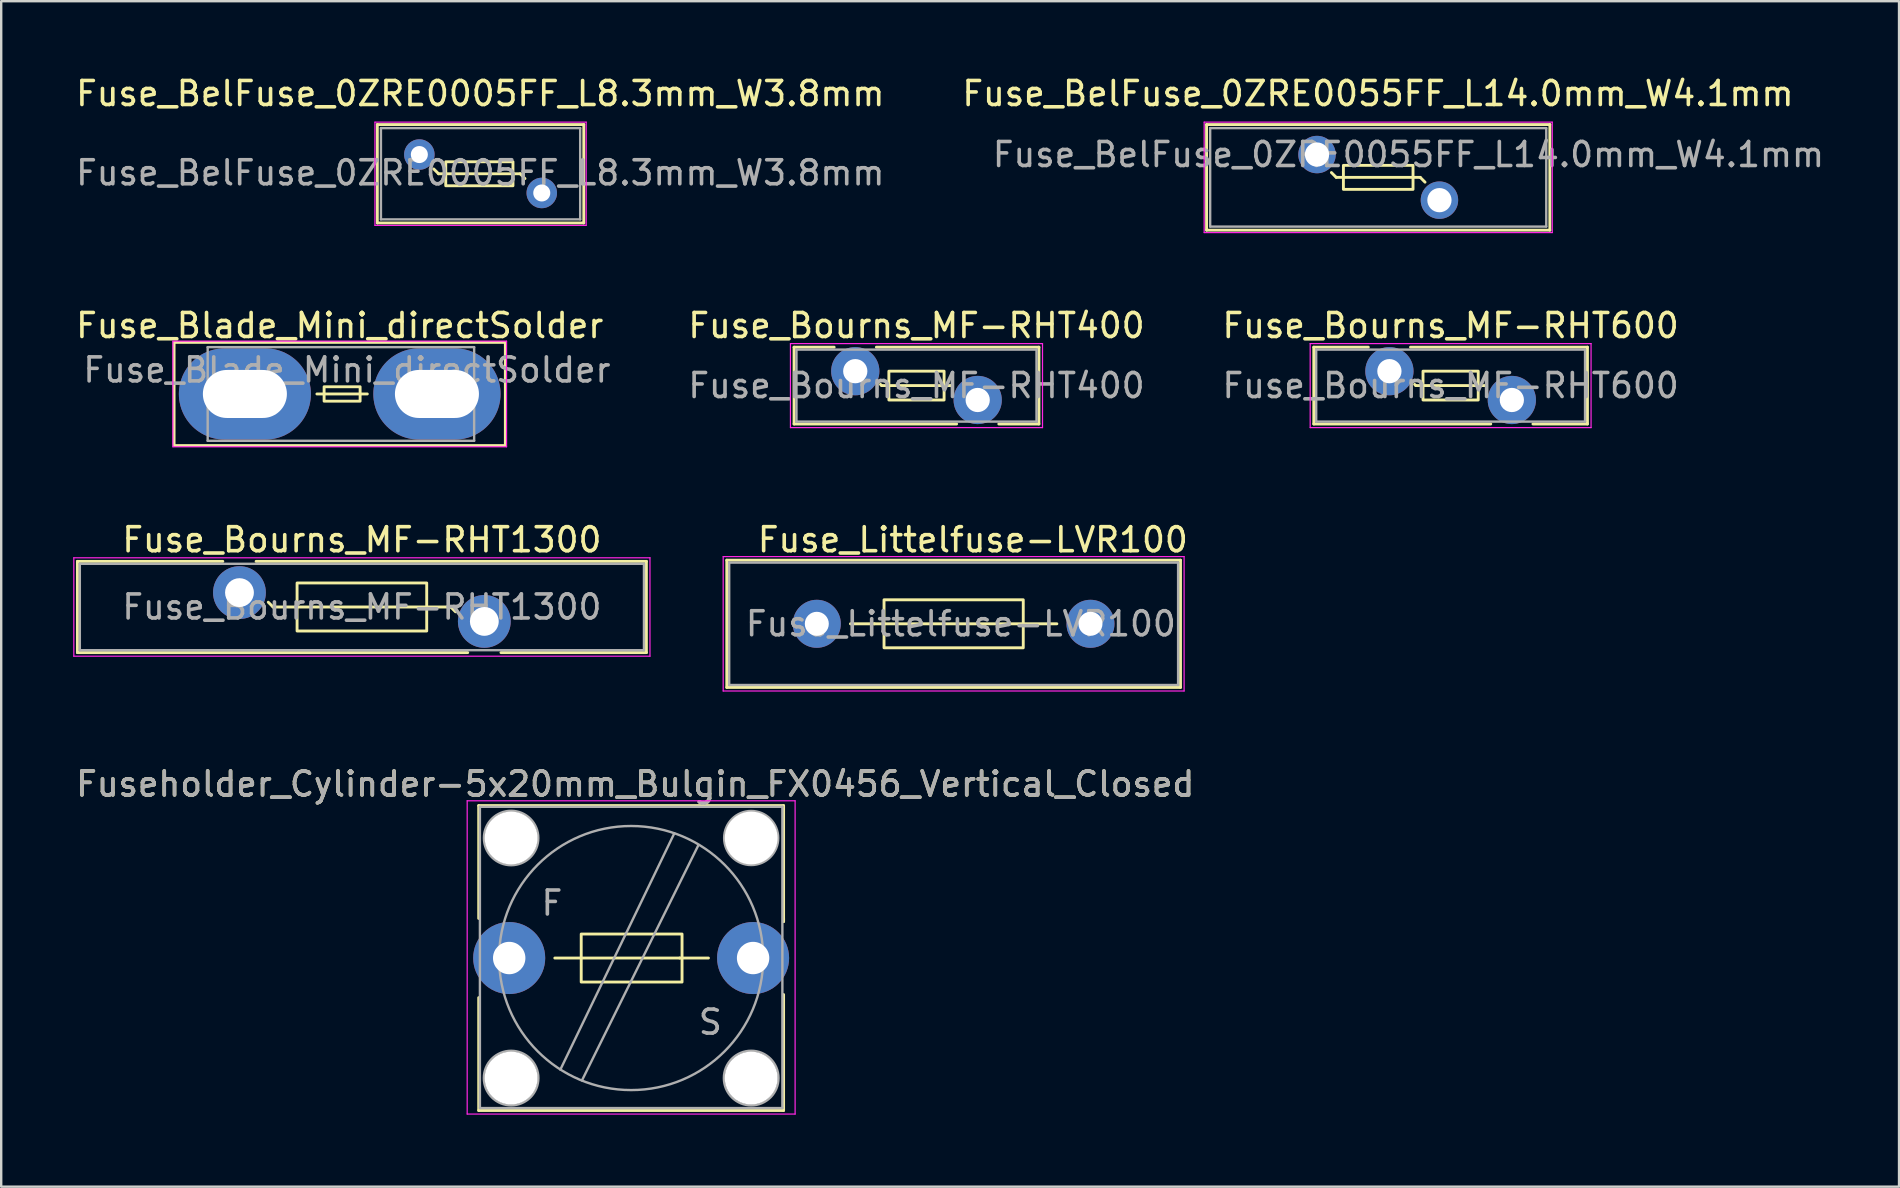
<source format=kicad_pcb>
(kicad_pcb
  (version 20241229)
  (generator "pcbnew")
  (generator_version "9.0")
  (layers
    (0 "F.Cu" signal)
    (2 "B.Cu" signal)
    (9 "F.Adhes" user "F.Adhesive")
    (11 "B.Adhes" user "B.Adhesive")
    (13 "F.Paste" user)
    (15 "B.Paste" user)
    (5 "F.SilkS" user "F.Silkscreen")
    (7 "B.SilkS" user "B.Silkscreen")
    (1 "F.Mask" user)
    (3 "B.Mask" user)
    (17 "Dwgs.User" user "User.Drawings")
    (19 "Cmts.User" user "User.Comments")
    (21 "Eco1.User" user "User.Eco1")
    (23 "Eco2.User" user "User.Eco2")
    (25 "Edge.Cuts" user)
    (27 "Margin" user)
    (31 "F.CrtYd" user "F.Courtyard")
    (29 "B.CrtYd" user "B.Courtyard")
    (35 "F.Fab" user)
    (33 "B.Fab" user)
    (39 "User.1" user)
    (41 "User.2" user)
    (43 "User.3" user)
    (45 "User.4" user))
  (footprint "Fuse_Bourns_MF-RHT600"
    (layer "F.Cu")
    (at 54.827 12.412)
    (property "Reference" "Fuse_Bourns_MF-RHT600" (at 2.55 -1.9 0) (layer "F.SilkS") (effects (font (size 1 1) (thickness 0.15))))
    (fp_line (start -3.15 -1) (end -3.15 2.2) (stroke (width 0.12) (type solid)) (layer "F.SilkS"))
    (fp_line (start -3.15 -1) (end -0.879 -1) (stroke (width 0.12) (type solid)) (layer "F.SilkS"))
    (fp_line (start -3.15 2.2) (end 4.222 2.2) (stroke (width 0.12) (type solid)) (layer "F.SilkS"))
    (fp_line (start 0.879 -1) (end 8.25 -1) (stroke (width 0.12) (type solid)) (layer "F.SilkS"))
    (fp_line (start 1.1 0.6) (end 1.05 0.55) (stroke (width 0.12) (type solid)) (layer "F.SilkS"))
    (fp_line (start 4 0.6) (end 1.1 0.6) (stroke (width 0.12) (type solid)) (layer "F.SilkS"))
    (fp_line (start 4 0.6) (end 4.05 0.65) (stroke (width 0.12) (type solid)) (layer "F.SilkS"))
    (fp_line (start 5.979 2.2) (end 8.25 2.2) (stroke (width 0.12) (type solid)) (layer "F.SilkS"))
    (fp_line (start 8.25 -1) (end 8.25 2.2) (stroke (width 0.12) (type solid)) (layer "F.SilkS"))
    (fp_rect (start 1.4 0) (end 3.7 1.2) (stroke (width 0.12) (type solid)) (fill no) (layer "F.SilkS"))
    (fp_line (start -3.3 -1.15) (end -3.3 2.35) (stroke (width 0.05) (type solid)) (layer "F.CrtYd"))
    (fp_line (start -3.3 2.35) (end 8.4 2.35) (stroke (width 0.05) (type solid)) (layer "F.CrtYd"))
    (fp_line (start 8.4 -1.15) (end -3.3 -1.15) (stroke (width 0.05) (type solid)) (layer "F.CrtYd"))
    (fp_line (start 8.4 2.35) (end 8.4 -1.15) (stroke (width 0.05) (type solid)) (layer "F.CrtYd"))
    (fp_line (start -3.05 -0.9) (end -3.05 2.1) (stroke (width 0.1) (type solid)) (layer "F.Fab"))
    (fp_line (start -3.05 2.1) (end 8.15 2.1) (stroke (width 0.1) (type solid)) (layer "F.Fab"))
    (fp_line (start 8.15 -0.9) (end -3.05 -0.9) (stroke (width 0.1) (type solid)) (layer "F.Fab"))
    (fp_line (start 8.15 2.1) (end 8.15 -0.9) (stroke (width 0.1) (type solid)) (layer "F.Fab"))
    (fp_text user "${REFERENCE}" (at 2.55 0.6 0) (layer "F.Fab") (effects (font (size 1 1) (thickness 0.15))))
    (pad "1" thru_hole circle (at 0 0) (size 2.01 2.01) (drill 1.01) (layers "*.Cu" "*.Mask"))
    (pad "2" thru_hole circle (at 5.1 1.2) (size 2.01 2.01) (drill 1.01) (layers "*.Cu" "*.Mask")))
  (footprint "Fuse_Bourns_MF-RHT400"
    (layer "F.Cu")
    (at 32.577 12.412)
    (property "Reference" "Fuse_Bourns_MF-RHT400" (at 2.55 -1.9 0) (layer "F.SilkS") (effects (font (size 1 1) (thickness 0.15))))
    (fp_line (start -2.55 -1) (end -2.55 2.2) (stroke (width 0.12) (type solid)) (layer "F.SilkS"))
    (fp_line (start -2.55 -1) (end -0.879 -1) (stroke (width 0.12) (type solid)) (layer "F.SilkS"))
    (fp_line (start -2.55 2.2) (end 4.222 2.2) (stroke (width 0.12) (type solid)) (layer "F.SilkS"))
    (fp_line (start 0.879 -1) (end 7.65 -1) (stroke (width 0.12) (type solid)) (layer "F.SilkS"))
    (fp_line (start 1.1 0.6) (end 1.05 0.55) (stroke (width 0.12) (type solid)) (layer "F.SilkS"))
    (fp_line (start 4 0.6) (end 1.1 0.6) (stroke (width 0.12) (type solid)) (layer "F.SilkS"))
    (fp_line (start 4 0.6) (end 4.05 0.65) (stroke (width 0.12) (type solid)) (layer "F.SilkS"))
    (fp_line (start 5.979 2.2) (end 7.65 2.2) (stroke (width 0.12) (type solid)) (layer "F.SilkS"))
    (fp_line (start 7.65 -1) (end 7.65 2.2) (stroke (width 0.12) (type solid)) (layer "F.SilkS"))
    (fp_rect (start 1.4 0) (end 3.7 1.2) (stroke (width 0.12) (type solid)) (fill no) (layer "F.SilkS"))
    (fp_line (start -2.7 -1.15) (end -2.7 2.35) (stroke (width 0.05) (type solid)) (layer "F.CrtYd"))
    (fp_line (start -2.7 2.35) (end 7.8 2.35) (stroke (width 0.05) (type solid)) (layer "F.CrtYd"))
    (fp_line (start 7.8 -1.15) (end -2.7 -1.15) (stroke (width 0.05) (type solid)) (layer "F.CrtYd"))
    (fp_line (start 7.8 2.35) (end 7.8 -1.15) (stroke (width 0.05) (type solid)) (layer "F.CrtYd"))
    (fp_line (start -2.45 -0.9) (end -2.45 2.1) (stroke (width 0.1) (type solid)) (layer "F.Fab"))
    (fp_line (start -2.45 2.1) (end 7.55 2.1) (stroke (width 0.1) (type solid)) (layer "F.Fab"))
    (fp_line (start 7.55 -0.9) (end -2.45 -0.9) (stroke (width 0.1) (type solid)) (layer "F.Fab"))
    (fp_line (start 7.55 2.1) (end 7.55 -0.9) (stroke (width 0.1) (type solid)) (layer "F.Fab"))
    (fp_text user "${REFERENCE}" (at 2.55 0.6 0) (layer "F.Fab") (effects (font (size 1 1) (thickness 0.15))))
    (pad "1" thru_hole circle (at 0 0) (size 2.01 2.01) (drill 1.01) (layers "*.Cu" "*.Mask"))
    (pad "2" thru_hole circle (at 5.1 1.2) (size 2.01 2.01) (drill 1.01) (layers "*.Cu" "*.Mask")))
  (footprint "Fuse_Bourns_MF-RHT1300"
    (layer "F.Cu")
    (at 6.925 21.635)
    (property "Reference" "Fuse_Bourns_MF-RHT1300" (at 5.1 -2.2 0) (layer "F.SilkS") (effects (font (size 1 1) (thickness 0.15))))
    (fp_line (start -6.75 -1.301) (end -6.75 2.5) (stroke (width 0.12) (type solid)) (layer "F.SilkS"))
    (fp_line (start -6.75 -1.301) (end -0.693 -1.301) (stroke (width 0.12) (type solid)) (layer "F.SilkS"))
    (fp_line (start -6.75 2.5) (end 9.508 2.5) (stroke (width 0.12) (type solid)) (layer "F.SilkS"))
    (fp_line (start 0.693 -1.301) (end 16.951 -1.301) (stroke (width 0.12) (type solid)) (layer "F.SilkS"))
    (fp_line (start 1.4 0.6) (end 1.2 0.4) (stroke (width 0.12) (type solid)) (layer "F.SilkS"))
    (fp_line (start 1.4 0.6) (end 8.8 0.6) (stroke (width 0.12) (type solid)) (layer "F.SilkS"))
    (fp_line (start 8.8 0.6) (end 9 0.8) (stroke (width 0.12) (type solid)) (layer "F.SilkS"))
    (fp_line (start 10.893 2.5) (end 16.951 2.5) (stroke (width 0.12) (type solid)) (layer "F.SilkS"))
    (fp_line (start 16.951 -1.301) (end 16.951 2.5) (stroke (width 0.12) (type solid)) (layer "F.SilkS"))
    (fp_rect (start 2.4 -0.4) (end 7.8 1.6) (stroke (width 0.12) (type solid)) (fill no) (layer "F.SilkS"))
    (fp_line (start -6.9 -1.45) (end -6.9 2.65) (stroke (width 0.05) (type solid)) (layer "F.CrtYd"))
    (fp_line (start -6.9 2.65) (end 17.1 2.65) (stroke (width 0.05) (type solid)) (layer "F.CrtYd"))
    (fp_line (start 17.1 -1.45) (end -6.9 -1.45) (stroke (width 0.05) (type solid)) (layer "F.CrtYd"))
    (fp_line (start 17.1 2.65) (end 17.1 -1.45) (stroke (width 0.05) (type solid)) (layer "F.CrtYd"))
    (fp_line (start -6.65 -1.2) (end -6.65 2.4) (stroke (width 0.1) (type solid)) (layer "F.Fab"))
    (fp_line (start -6.65 2.4) (end 16.85 2.4) (stroke (width 0.1) (type solid)) (layer "F.Fab"))
    (fp_line (start 16.85 -1.2) (end -6.65 -1.2) (stroke (width 0.1) (type solid)) (layer "F.Fab"))
    (fp_line (start 16.85 2.4) (end 16.85 -1.2) (stroke (width 0.1) (type solid)) (layer "F.Fab"))
    (fp_text user "${REFERENCE}" (at 5.1 0.6 0) (layer "F.Fab") (effects (font (size 1 1) (thickness 0.15))))
    (pad "1" thru_hole circle (at 0 0) (size 2.2 2.2) (drill 1.2) (layers "*.Cu" "*.Mask"))
    (pad "2" thru_hole circle (at 10.2 1.2) (size 2.2 2.2) (drill 1.2) (layers "*.Cu" "*.Mask")))
  (footprint "Fuse_BelFuse_0ZRE0005FF_L8.3mm_W3.8mm"
    (layer "F.Cu")
    (at 14.418 3.388)
    (property "Reference" "Fuse_BelFuse_0ZRE0005FF_L8.3mm_W3.8mm" (at 2.54 -2.54 0) (layer "F.SilkS") (effects (font (size 1 1) (thickness 0.15))))
    (fp_line (start -1.75 -1.25) (end -1.75 2.85) (stroke (width 0.12) (type solid)) (layer "F.SilkS"))
    (fp_line (start -1.75 -1.25) (end 6.85 -1.25) (stroke (width 0.12) (type solid)) (layer "F.SilkS"))
    (fp_line (start -1.75 2.85) (end 6.85 2.85) (stroke (width 0.12) (type solid)) (layer "F.SilkS"))
    (fp_line (start 0.8 0.8) (end 0.6 0.6) (stroke (width 0.12) (type solid)) (layer "F.SilkS"))
    (fp_line (start 0.8 0.8) (end 4.2 0.8) (stroke (width 0.12) (type solid)) (layer "F.SilkS"))
    (fp_line (start 4.2 0.8) (end 4.4 1) (stroke (width 0.12) (type solid)) (layer "F.SilkS"))
    (fp_line (start 6.85 -1.25) (end 6.85 2.85) (stroke (width 0.12) (type solid)) (layer "F.SilkS"))
    (fp_rect (start 1.1 0.3) (end 3.9 1.3) (stroke (width 0.12) (type solid)) (fill no) (layer "F.SilkS"))
    (fp_line (start -1.85 -1.35) (end -1.85 2.95) (stroke (width 0.05) (type solid)) (layer "F.CrtYd"))
    (fp_line (start -1.85 -1.35) (end 6.95 -1.35) (stroke (width 0.05) (type solid)) (layer "F.CrtYd"))
    (fp_line (start -1.85 2.95) (end 6.95 2.95) (stroke (width 0.05) (type solid)) (layer "F.CrtYd"))
    (fp_line (start 6.95 -1.35) (end 6.95 2.95) (stroke (width 0.05) (type solid)) (layer "F.CrtYd"))
    (fp_line (start -1.6 -1.1) (end -1.6 2.7) (stroke (width 0.1) (type solid)) (layer "F.Fab"))
    (fp_line (start -1.6 -1.1) (end 6.7 -1.1) (stroke (width 0.1) (type solid)) (layer "F.Fab"))
    (fp_line (start -1.6 2.7) (end 6.7 2.7) (stroke (width 0.1) (type solid)) (layer "F.Fab"))
    (fp_line (start 6.7 -1.1) (end 6.7 2.7) (stroke (width 0.1) (type solid)) (layer "F.Fab"))
    (fp_text user "${REFERENCE}" (at 2.54 0.762 0) (layer "F.Fab") (effects (font (size 1 1) (thickness 0.15))))
    (pad "1" thru_hole circle (at 0 0) (size 1.27 1.27) (drill 0.71) (layers "*.Cu" "*.Mask"))
    (pad "2" thru_hole circle (at 5.1 1.6) (size 1.27 1.27) (drill 0.71) (layers "*.Cu" "*.Mask")))
  (footprint "Fuse_BelFuse_0ZRE0055FF_L14.0mm_W4.1mm"
    (layer "F.Cu")
    (at 51.811 3.388)
    (property "Reference" "Fuse_BelFuse_0ZRE0055FF_L14.0mm_W4.1mm" (at 2.54 -2.54 0) (layer "F.SilkS") (effects (font (size 1 1) (thickness 0.15))))
    (fp_line (start -4.6 -1.25) (end -4.6 3.15) (stroke (width 0.12) (type solid)) (layer "F.SilkS"))
    (fp_line (start -4.6 -1.25) (end 9.7 -1.25) (stroke (width 0.12) (type solid)) (layer "F.SilkS"))
    (fp_line (start -4.6 3.15) (end 9.7 3.15) (stroke (width 0.12) (type solid)) (layer "F.SilkS"))
    (fp_line (start 0.8 0.95) (end 0.6 0.75) (stroke (width 0.12) (type solid)) (layer "F.SilkS"))
    (fp_line (start 0.8 0.95) (end 4.3 0.95) (stroke (width 0.12) (type solid)) (layer "F.SilkS"))
    (fp_line (start 4.3 0.95) (end 4.5 1.15) (stroke (width 0.12) (type solid)) (layer "F.SilkS"))
    (fp_line (start 9.7 -1.25) (end 9.7 3.15) (stroke (width 0.12) (type solid)) (layer "F.SilkS"))
    (fp_rect (start 1.1 0.45) (end 4 1.45) (stroke (width 0.12) (type solid)) (fill no) (layer "F.SilkS"))
    (fp_line (start -4.7 -1.35) (end -4.7 3.25) (stroke (width 0.05) (type solid)) (layer "F.CrtYd"))
    (fp_line (start -4.7 -1.35) (end 9.8 -1.35) (stroke (width 0.05) (type solid)) (layer "F.CrtYd"))
    (fp_line (start -4.7 3.25) (end 9.8 3.25) (stroke (width 0.05) (type solid)) (layer "F.CrtYd"))
    (fp_line (start 9.8 -1.35) (end 9.8 3.25) (stroke (width 0.05) (type solid)) (layer "F.CrtYd"))
    (fp_line (start -4.45 -1.1) (end -4.45 3) (stroke (width 0.1) (type solid)) (layer "F.Fab"))
    (fp_line (start -4.45 -1.1) (end 9.55 -1.1) (stroke (width 0.1) (type solid)) (layer "F.Fab"))
    (fp_line (start -4.45 3) (end 9.55 3) (stroke (width 0.1) (type solid)) (layer "F.Fab"))
    (fp_line (start 9.55 -1.1) (end 9.55 3) (stroke (width 0.1) (type solid)) (layer "F.Fab"))
    (fp_text user "${REFERENCE}" (at 3.81 0 0) (layer "F.Fab") (effects (font (size 1 1) (thickness 0.15))))
    (pad "1" thru_hole circle (at 0 0) (size 1.56 1.56) (drill 1.01) (layers "*.Cu" "*.Mask"))
    (pad "2" thru_hole circle (at 5.1 1.9) (size 1.56 1.56) (drill 1.01) (layers "*.Cu" "*.Mask")))
  (footprint "Fuse_Littelfuse-LVR100"
    (layer "F.Cu")
    (at 30.975 22.935)
    (property "Reference" "Fuse_Littelfuse-LVR100" (at 6.5 -3.5 0) (layer "F.SilkS") (effects (font (size 1 1) (thickness 0.15))))
    (fp_line (start -3.75 -2.65) (end -3.75 2.65) (stroke (width 0.12) (type solid)) (layer "F.SilkS"))
    (fp_line (start -3.75 -2.65) (end 15.15 -2.65) (stroke (width 0.12) (type solid)) (layer "F.SilkS"))
    (fp_line (start 1.4 0) (end 2.4 0) (stroke (width 0.12) (type solid)) (layer "F.SilkS"))
    (fp_line (start 2.4 0) (end 10 0) (stroke (width 0.12) (type solid)) (layer "F.SilkS"))
    (fp_line (start 15.15 2.65) (end -3.75 2.65) (stroke (width 0.12) (type solid)) (layer "F.SilkS"))
    (fp_line (start 15.15 2.65) (end 15.15 -2.65) (stroke (width 0.12) (type solid)) (layer "F.SilkS"))
    (fp_rect (start 2.8 -1) (end 8.6 1) (stroke (width 0.12) (type solid)) (fill no) (layer "F.SilkS"))
    (fp_line (start -3.9 -2.8) (end -3.9 2.8) (stroke (width 0.05) (type solid)) (layer "F.CrtYd"))
    (fp_line (start -3.9 -2.8) (end 15.3 -2.8) (stroke (width 0.05) (type solid)) (layer "F.CrtYd"))
    (fp_line (start 15.3 2.8) (end -3.9 2.8) (stroke (width 0.05) (type solid)) (layer "F.CrtYd"))
    (fp_line (start 15.3 2.8) (end 15.3 -2.8) (stroke (width 0.05) (type solid)) (layer "F.CrtYd"))
    (fp_line (start -3.65 -2.55) (end -3.65 2.55) (stroke (width 0.1) (type solid)) (layer "F.Fab"))
    (fp_line (start -3.65 2.55) (end 15.05 2.55) (stroke (width 0.1) (type solid)) (layer "F.Fab"))
    (fp_line (start 15.05 -2.55) (end -3.65 -2.55) (stroke (width 0.1) (type solid)) (layer "F.Fab"))
    (fp_line (start 15.05 2.55) (end 15.05 -2.55) (stroke (width 0.1) (type solid)) (layer "F.Fab"))
    (fp_text user "${REFERENCE}" (at 6 0 0) (layer "F.Fab") (effects (font (size 1 1) (thickness 0.15))))
    (pad "1" thru_hole circle (at 0 0) (size 2 2) (drill 1) (layers "*.Cu" "*.Mask"))
    (pad "2" thru_hole circle (at 11.4 0) (size 2 2) (drill 1) (layers "*.Cu" "*.Mask")))
  (footprint "Fuseholder_Cylinder-5x20mm_Bulgin_FX0456_Vertical_Closed"
    (layer "F.Cu")
    (at 18.161 36.858)
    (property "Reference" "Fuseholder_Cylinder-5x20mm_Bulgin_FX0456_Vertical_Closed" (at 5.25 -7.25 0) (layer "F.SilkS") (effects (font (size 1 1) (thickness 0.15))))
    (fp_line (start -1.27 -6.35) (end -1.27 -1.65) (stroke (width 0.12) (type solid)) (layer "F.SilkS"))
    (fp_line (start -1.27 6.35) (end -1.27 1.65) (stroke (width 0.12) (type solid)) (layer "F.SilkS"))
    (fp_line (start -1.27 6.35) (end 11.43 6.35) (stroke (width 0.12) (type solid)) (layer "F.SilkS"))
    (fp_line (start 7.1 0) (end 1.9 0) (stroke (width 0.12) (type solid)) (layer "F.SilkS"))
    (fp_line (start 8.3 0) (end 7.1 0) (stroke (width 0.12) (type solid)) (layer "F.SilkS"))
    (fp_line (start 11.43 -6.35) (end -1.27 -6.35) (stroke (width 0.12) (type solid)) (layer "F.SilkS"))
    (fp_line (start 11.43 -6.35) (end 11.43 -1.52) (stroke (width 0.12) (type solid)) (layer "F.SilkS"))
    (fp_line (start 11.43 -1.52) (end 11.43 -1.65) (stroke (width 0.12) (type solid)) (layer "F.SilkS"))
    (fp_line (start 11.43 6.35) (end 11.43 1.52) (stroke (width 0.12) (type solid)) (layer "F.SilkS"))
    (fp_rect (start 3 -1) (end 7.2 1) (stroke (width 0.12) (type solid)) (fill no) (layer "F.SilkS"))
    (fp_line (start -1.75 -6.55) (end -1.75 6.5) (stroke (width 0.05) (type solid)) (layer "F.CrtYd"))
    (fp_line (start -1.75 -6.55) (end 11.91 -6.55) (stroke (width 0.05) (type solid)) (layer "F.CrtYd"))
    (fp_line (start 11.91 6.5) (end -1.75 6.5) (stroke (width 0.05) (type solid)) (layer "F.CrtYd"))
    (fp_line (start 11.91 6.5) (end 11.91 -6.55) (stroke (width 0.05) (type solid)) (layer "F.CrtYd"))
    (fp_line (start -1.22 -6.3) (end -1.22 6.25) (stroke (width 0.1) (type solid)) (layer "F.Fab"))
    (fp_line (start -1.22 6.25) (end 11.38 6.25) (stroke (width 0.1) (type solid)) (layer "F.Fab"))
    (fp_line (start 3.03 5.1) (end 7.88 -4.7) (stroke (width 0.1) (type solid)) (layer "F.Fab"))
    (fp_line (start 6.88 -5.2) (end 2.13 4.65) (stroke (width 0.1) (type solid)) (layer "F.Fab"))
    (fp_line (start 11.38 -6.3) (end -1.22 -6.3) (stroke (width 0.1) (type solid)) (layer "F.Fab"))
    (fp_line (start 11.38 6.25) (end 11.38 -6.3) (stroke (width 0.1) (type solid)) (layer "F.Fab"))
    (fp_circle (center 0.08 -5) (end 0.48 -3.94) (stroke (width 0.1) (type solid)) (fill no) (layer "F.Fab"))
    (fp_circle (center 0.08 5) (end 0.58 6.02) (stroke (width 0.1) (type solid)) (fill no) (layer "F.Fab"))
    (fp_circle (center 5.08 0) (end 5.13 5.5) (stroke (width 0.1) (type solid)) (fill no) (layer "F.Fab"))
    (fp_circle (center 10.08 -5) (end 10.46 -3.94) (stroke (width 0.1) (type solid)) (fill no) (layer "F.Fab"))
    (fp_circle (center 10.08 5) (end 10.64 5.99) (stroke (width 0.1) (type solid)) (fill no) (layer "F.Fab"))
    (fp_text user "F" (at 1.78 -2.29 0) (layer "F.Fab") (effects (font (size 1 1) (thickness 0.15))))
    (fp_text user "S" (at 8.38 2.67 0) (layer "F.Fab") (effects (font (size 1 1) (thickness 0.15))))
    (fp_text user "${REFERENCE}" (at 5.25 -7.25 0) (layer "F.Fab") (effects (font (size 1 1) (thickness 0.15))))
    (pad "" np_thru_hole circle (at 0.08 -5) (size 2.2 2.2) (drill 2.2) (layers "*.Cu" "*.Mask"))
    (pad "" np_thru_hole circle (at 0.08 5) (size 2.2 2.2) (drill 2.2) (layers "*.Cu" "*.Mask"))
    (pad "" np_thru_hole circle (at 10.08 -5) (size 2.2 2.2) (drill 2.2) (layers "*.Cu" "*.Mask"))
    (pad "" np_thru_hole circle (at 10.08 5) (size 2.2 2.2) (drill 2.2) (layers "*.Cu" "*.Mask"))
    (pad "1" thru_hole circle (at 0 0) (size 3 3) (drill 1.35) (layers "*.Cu" "*.Mask"))
    (pad "2" thru_hole circle (at 10.16 0) (size 3 3) (drill 1.35) (layers "*.Cu" "*.Mask")))
  (footprint "Fuse_Blade_Mini_directSolder"
    (layer "F.Cu")
    (at 7.151 13.361)
    (property "Reference" "Fuse_Blade_Mini_directSolder" (at 3.95 -2.85 0) (layer "F.SilkS") (effects (font (size 1 1) (thickness 0.15))))
    (fp_line (start 5.1 0) (end 3 0) (stroke (width 0.12) (type solid)) (layer "F.SilkS"))
    (fp_rect (start -2.95 -2.15) (end 10.85 2.15) (stroke (width 0.12) (type solid)) (fill no) (layer "F.SilkS"))
    (fp_rect (start 3.3 -0.3) (end 4.8 0.3) (stroke (width 0.12) (type solid)) (fill no) (layer "F.SilkS"))
    (fp_line (start -3 -2.2) (end -3 2.2) (stroke (width 0.05) (type solid)) (layer "F.CrtYd"))
    (fp_line (start -3 -2.2) (end 10.9 -2.2) (stroke (width 0.05) (type solid)) (layer "F.CrtYd"))
    (fp_line (start 10.9 2.2) (end -3 2.2) (stroke (width 0.05) (type solid)) (layer "F.CrtYd"))
    (fp_line (start 10.9 2.2) (end 10.9 -2.2) (stroke (width 0.05) (type solid)) (layer "F.CrtYd"))
    (fp_line (start -1.55 -1.95) (end 9.55 -1.95) (stroke (width 0.1) (type solid)) (layer "F.Fab"))
    (fp_line (start -1.55 1.95) (end -1.55 -1.95) (stroke (width 0.1) (type solid)) (layer "F.Fab"))
    (fp_line (start 9.55 -1.95) (end 9.55 1.95) (stroke (width 0.1) (type solid)) (layer "F.Fab"))
    (fp_line (start 9.55 1.95) (end -1.55 1.95) (stroke (width 0.1) (type solid)) (layer "F.Fab"))
    (fp_text user "${REFERENCE}" (at 4.25 -1 0) (layer "F.Fab") (effects (font (size 1 1) (thickness 0.15))))
    (pad "1" thru_hole oval (at 0 0) (size 5.5 3.8) (drill oval 3.5 2) (layers "*.Cu" "*.Mask"))
    (pad "2" thru_hole oval (at 8 0) (size 5.3 3.8) (drill oval 3.5 2) (layers "*.Cu" "*.Mask")))
  (gr_rect
    (start -3 -3)
    (end 76.056 46.383)
    (stroke (width 0.1) (type default))
    (fill no)
    (layer "Edge.Cuts")))
</source>
